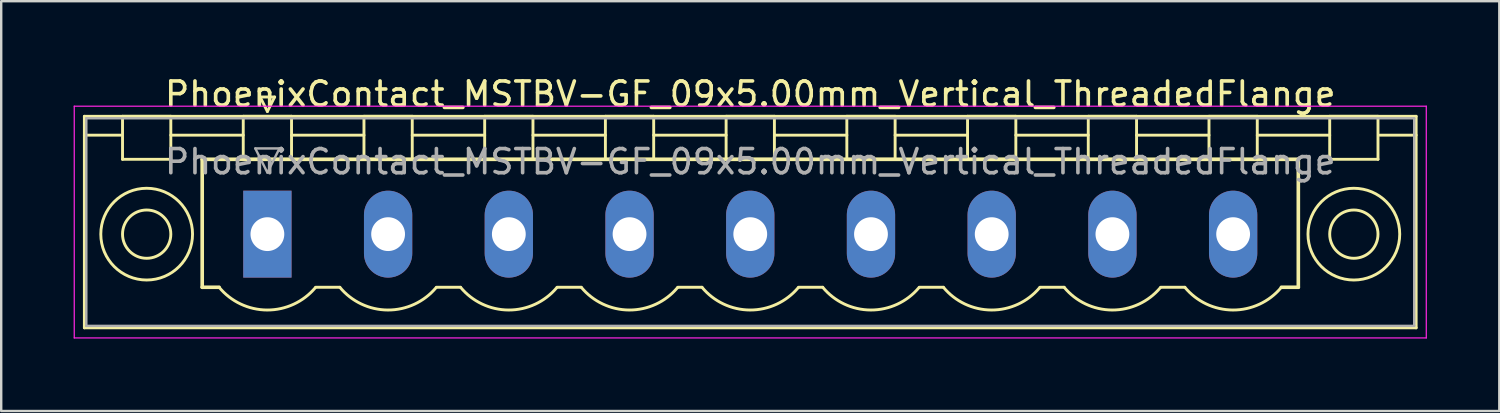
<source format=kicad_pcb>
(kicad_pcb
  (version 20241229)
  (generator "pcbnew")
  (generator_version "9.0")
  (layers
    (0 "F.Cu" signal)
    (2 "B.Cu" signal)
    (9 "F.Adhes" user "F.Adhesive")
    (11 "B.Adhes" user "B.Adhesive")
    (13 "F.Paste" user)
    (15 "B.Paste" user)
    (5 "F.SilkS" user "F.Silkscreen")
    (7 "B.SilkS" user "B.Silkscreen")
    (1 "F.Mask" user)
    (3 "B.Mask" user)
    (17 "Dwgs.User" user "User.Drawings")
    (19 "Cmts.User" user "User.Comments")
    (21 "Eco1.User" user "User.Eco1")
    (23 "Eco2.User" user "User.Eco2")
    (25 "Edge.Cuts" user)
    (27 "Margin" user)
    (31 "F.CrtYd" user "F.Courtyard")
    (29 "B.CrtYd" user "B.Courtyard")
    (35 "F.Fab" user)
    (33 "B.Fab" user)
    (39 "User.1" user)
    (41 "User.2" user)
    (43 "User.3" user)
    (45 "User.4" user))
  (footprint "PhoenixContact_MSTBV-GF_09x5.00mm_Vertical_ThreadedFlange"
    (layer "F.Cu")
    (at 8.025 6.648)
    (property "Reference" "PhoenixContact_MSTBV-GF_09x5.00mm_Vertical_ThreadedFlange" (at 20 -5.8 0) (layer "F.SilkS") (effects (font (size 1 1) (thickness 0.15))))
    (attr through_hole)
    (fp_line (start -7.58 -4.88) (end -7.58 3.88) (stroke (width 0.12) (type solid)) (layer "F.SilkS"))
    (fp_line (start -7.58 -4.1) (end -6.08 -4.1) (stroke (width 0.12) (type solid)) (layer "F.SilkS"))
    (fp_line (start -7.58 3.88) (end 47.58 3.88) (stroke (width 0.12) (type solid)) (layer "F.SilkS"))
    (fp_line (start -6 -4.88) (end -4 -4.88) (stroke (width 0.12) (type solid)) (layer "F.SilkS"))
    (fp_line (start -6 -3.1) (end -6 -4.88) (stroke (width 0.12) (type solid)) (layer "F.SilkS"))
    (fp_line (start -4 -4.88) (end -4 -3.1) (stroke (width 0.12) (type solid)) (layer "F.SilkS"))
    (fp_line (start -4 -4.1) (end -1 -4.1) (stroke (width 0.12) (type solid)) (layer "F.SilkS"))
    (fp_line (start -4 -3.1) (end -6 -3.1) (stroke (width 0.12) (type solid)) (layer "F.SilkS"))
    (fp_line (start -2.7 -3.1) (end 42.7 -3.1) (stroke (width 0.15) (type solid)) (layer "F.SilkS"))
    (fp_line (start -2.7 2.2) (end -2.7 -3.1) (stroke (width 0.15) (type solid)) (layer "F.SilkS"))
    (fp_line (start -2 2.2) (end -2.7 2.2) (stroke (width 0.15) (type solid)) (layer "F.SilkS"))
    (fp_line (start -1 -4.88) (end 1 -4.88) (stroke (width 0.12) (type solid)) (layer "F.SilkS"))
    (fp_line (start -1 -3.1) (end -1 -4.88) (stroke (width 0.12) (type solid)) (layer "F.SilkS"))
    (fp_line (start -0.3 -5.68) (end 0.3 -5.68) (stroke (width 0.12) (type solid)) (layer "F.SilkS"))
    (fp_line (start 0 -5.08) (end -0.3 -5.68) (stroke (width 0.12) (type solid)) (layer "F.SilkS"))
    (fp_line (start 0.3 -5.68) (end 0 -5.08) (stroke (width 0.12) (type solid)) (layer "F.SilkS"))
    (fp_line (start 1 -4.88) (end 1 -3.1) (stroke (width 0.12) (type solid)) (layer "F.SilkS"))
    (fp_line (start 1 -4.1) (end 4 -4.1) (stroke (width 0.12) (type solid)) (layer "F.SilkS"))
    (fp_line (start 1 -3.1) (end -1 -3.1) (stroke (width 0.12) (type solid)) (layer "F.SilkS"))
    (fp_line (start 2 2.2) (end 3 2.2) (stroke (width 0.12) (type solid)) (layer "F.SilkS"))
    (fp_line (start 4 -4.88) (end 6 -4.88) (stroke (width 0.12) (type solid)) (layer "F.SilkS"))
    (fp_line (start 4 -3.1) (end 4 -4.88) (stroke (width 0.12) (type solid)) (layer "F.SilkS"))
    (fp_line (start 6 -4.88) (end 6 -3.1) (stroke (width 0.12) (type solid)) (layer "F.SilkS"))
    (fp_line (start 6 -4.1) (end 9 -4.1) (stroke (width 0.12) (type solid)) (layer "F.SilkS"))
    (fp_line (start 6 -3.1) (end 4 -3.1) (stroke (width 0.12) (type solid)) (layer "F.SilkS"))
    (fp_line (start 7 2.2) (end 8 2.2) (stroke (width 0.12) (type solid)) (layer "F.SilkS"))
    (fp_line (start 9 -4.88) (end 11 -4.88) (stroke (width 0.12) (type solid)) (layer "F.SilkS"))
    (fp_line (start 9 -3.1) (end 9 -4.88) (stroke (width 0.12) (type solid)) (layer "F.SilkS"))
    (fp_line (start 11 -4.88) (end 11 -3.1) (stroke (width 0.12) (type solid)) (layer "F.SilkS"))
    (fp_line (start 11 -4.1) (end 14 -4.1) (stroke (width 0.12) (type solid)) (layer "F.SilkS"))
    (fp_line (start 11 -3.1) (end 9 -3.1) (stroke (width 0.12) (type solid)) (layer "F.SilkS"))
    (fp_line (start 12 2.2) (end 13 2.2) (stroke (width 0.12) (type solid)) (layer "F.SilkS"))
    (fp_line (start 14 -4.88) (end 16 -4.88) (stroke (width 0.12) (type solid)) (layer "F.SilkS"))
    (fp_line (start 14 -3.1) (end 14 -4.88) (stroke (width 0.12) (type solid)) (layer "F.SilkS"))
    (fp_line (start 16 -4.88) (end 16 -3.1) (stroke (width 0.12) (type solid)) (layer "F.SilkS"))
    (fp_line (start 16 -4.1) (end 19 -4.1) (stroke (width 0.12) (type solid)) (layer "F.SilkS"))
    (fp_line (start 16 -3.1) (end 14 -3.1) (stroke (width 0.12) (type solid)) (layer "F.SilkS"))
    (fp_line (start 17 2.2) (end 18 2.2) (stroke (width 0.12) (type solid)) (layer "F.SilkS"))
    (fp_line (start 19 -4.88) (end 21 -4.88) (stroke (width 0.12) (type solid)) (layer "F.SilkS"))
    (fp_line (start 19 -3.1) (end 19 -4.88) (stroke (width 0.12) (type solid)) (layer "F.SilkS"))
    (fp_line (start 21 -4.88) (end 21 -3.1) (stroke (width 0.12) (type solid)) (layer "F.SilkS"))
    (fp_line (start 21 -4.1) (end 24 -4.1) (stroke (width 0.12) (type solid)) (layer "F.SilkS"))
    (fp_line (start 21 -3.1) (end 19 -3.1) (stroke (width 0.12) (type solid)) (layer "F.SilkS"))
    (fp_line (start 22 2.2) (end 23 2.2) (stroke (width 0.12) (type solid)) (layer "F.SilkS"))
    (fp_line (start 24 -4.88) (end 26 -4.88) (stroke (width 0.12) (type solid)) (layer "F.SilkS"))
    (fp_line (start 24 -3.1) (end 24 -4.88) (stroke (width 0.12) (type solid)) (layer "F.SilkS"))
    (fp_line (start 26 -4.88) (end 26 -3.1) (stroke (width 0.12) (type solid)) (layer "F.SilkS"))
    (fp_line (start 26 -4.1) (end 29 -4.1) (stroke (width 0.12) (type solid)) (layer "F.SilkS"))
    (fp_line (start 26 -3.1) (end 24 -3.1) (stroke (width 0.12) (type solid)) (layer "F.SilkS"))
    (fp_line (start 27 2.2) (end 28 2.2) (stroke (width 0.12) (type solid)) (layer "F.SilkS"))
    (fp_line (start 29 -4.88) (end 31 -4.88) (stroke (width 0.12) (type solid)) (layer "F.SilkS"))
    (fp_line (start 29 -3.1) (end 29 -4.88) (stroke (width 0.12) (type solid)) (layer "F.SilkS"))
    (fp_line (start 31 -4.88) (end 31 -3.1) (stroke (width 0.12) (type solid)) (layer "F.SilkS"))
    (fp_line (start 31 -4.1) (end 34 -4.1) (stroke (width 0.12) (type solid)) (layer "F.SilkS"))
    (fp_line (start 31 -3.1) (end 29 -3.1) (stroke (width 0.12) (type solid)) (layer "F.SilkS"))
    (fp_line (start 32 2.2) (end 33 2.2) (stroke (width 0.12) (type solid)) (layer "F.SilkS"))
    (fp_line (start 34 -4.88) (end 36 -4.88) (stroke (width 0.12) (type solid)) (layer "F.SilkS"))
    (fp_line (start 34 -3.1) (end 34 -4.88) (stroke (width 0.12) (type solid)) (layer "F.SilkS"))
    (fp_line (start 36 -4.88) (end 36 -3.1) (stroke (width 0.12) (type solid)) (layer "F.SilkS"))
    (fp_line (start 36 -4.1) (end 39 -4.1) (stroke (width 0.12) (type solid)) (layer "F.SilkS"))
    (fp_line (start 36 -3.1) (end 34 -3.1) (stroke (width 0.12) (type solid)) (layer "F.SilkS"))
    (fp_line (start 37 2.2) (end 38 2.2) (stroke (width 0.12) (type solid)) (layer "F.SilkS"))
    (fp_line (start 39 -4.88) (end 41 -4.88) (stroke (width 0.12) (type solid)) (layer "F.SilkS"))
    (fp_line (start 39 -3.1) (end 39 -4.88) (stroke (width 0.12) (type solid)) (layer "F.SilkS"))
    (fp_line (start 41 -4.88) (end 41 -3.1) (stroke (width 0.12) (type solid)) (layer "F.SilkS"))
    (fp_line (start 41 -4.1) (end 44 -4.1) (stroke (width 0.12) (type solid)) (layer "F.SilkS"))
    (fp_line (start 41 -3.1) (end 39 -3.1) (stroke (width 0.12) (type solid)) (layer "F.SilkS"))
    (fp_line (start 42.7 -3.1) (end 42.7 2.2) (stroke (width 0.15) (type solid)) (layer "F.SilkS"))
    (fp_line (start 42.7 2.2) (end 42 2.2) (stroke (width 0.15) (type solid)) (layer "F.SilkS"))
    (fp_line (start 44 -4.88) (end 46 -4.88) (stroke (width 0.12) (type solid)) (layer "F.SilkS"))
    (fp_line (start 44 -3.1) (end 44 -4.88) (stroke (width 0.12) (type solid)) (layer "F.SilkS"))
    (fp_line (start 46 -4.88) (end 46 -3.1) (stroke (width 0.12) (type solid)) (layer "F.SilkS"))
    (fp_line (start 46 -3.1) (end 44 -3.1) (stroke (width 0.12) (type solid)) (layer "F.SilkS"))
    (fp_line (start 47.58 -4.88) (end -7.58 -4.88) (stroke (width 0.12) (type solid)) (layer "F.SilkS"))
    (fp_line (start 47.58 -4.1) (end 46.08 -4.1) (stroke (width 0.12) (type solid)) (layer "F.SilkS"))
    (fp_line (start 47.58 3.88) (end 47.58 -4.88) (stroke (width 0.12) (type solid)) (layer "F.SilkS"))
    (fp_arc (start 1.986842 2.215821) (mid -0.010289 3.142758) (end -2 2.2) (stroke (width 0.12) (type solid)) (layer "F.SilkS"))
    (fp_arc (start 6.986842 2.215821) (mid 4.989711 3.142758) (end 3 2.2) (stroke (width 0.12) (type solid)) (layer "F.SilkS"))
    (fp_arc (start 11.986842 2.215821) (mid 9.989711 3.142758) (end 8 2.2) (stroke (width 0.12) (type solid)) (layer "F.SilkS"))
    (fp_arc (start 16.986842 2.215821) (mid 14.989711 3.142758) (end 13 2.2) (stroke (width 0.12) (type solid)) (layer "F.SilkS"))
    (fp_arc (start 21.986842 2.215821) (mid 19.989711 3.142758) (end 18 2.2) (stroke (width 0.12) (type solid)) (layer "F.SilkS"))
    (fp_arc (start 26.986842 2.215821) (mid 24.989711 3.142758) (end 23 2.2) (stroke (width 0.12) (type solid)) (layer "F.SilkS"))
    (fp_arc (start 31.986842 2.215821) (mid 29.989711 3.142758) (end 28 2.2) (stroke (width 0.12) (type solid)) (layer "F.SilkS"))
    (fp_arc (start 36.986842 2.215821) (mid 34.989711 3.142758) (end 33 2.2) (stroke (width 0.12) (type solid)) (layer "F.SilkS"))
    (fp_arc (start 41.986842 2.215821) (mid 39.989711 3.142758) (end 38 2.2) (stroke (width 0.12) (type solid)) (layer "F.SilkS"))
    (fp_circle (center -5 0) (end -4 0) (stroke (width 0.12) (type solid)) (fill no) (layer "F.SilkS"))
    (fp_circle (center -5 0) (end -3.1 0) (stroke (width 0.12) (type solid)) (fill no) (layer "F.SilkS"))
    (fp_circle (center 45 0) (end 46 0) (stroke (width 0.12) (type solid)) (fill no) (layer "F.SilkS"))
    (fp_circle (center 45 0) (end 46.9 0) (stroke (width 0.12) (type solid)) (fill no) (layer "F.SilkS"))
    (fp_line (start -8 -5.3) (end -8 4.3) (stroke (width 0.05) (type solid)) (layer "F.CrtYd"))
    (fp_line (start -8 4.3) (end 48 4.3) (stroke (width 0.05) (type solid)) (layer "F.CrtYd"))
    (fp_line (start 48 -5.3) (end -8 -5.3) (stroke (width 0.05) (type solid)) (layer "F.CrtYd"))
    (fp_line (start 48 4.3) (end 48 -5.3) (stroke (width 0.05) (type solid)) (layer "F.CrtYd"))
    (fp_line (start -7.5 -4.8) (end -7.5 3.8) (stroke (width 0.1) (type solid)) (layer "F.Fab"))
    (fp_line (start -7.5 3.8) (end 47.5 3.8) (stroke (width 0.1) (type solid)) (layer "F.Fab"))
    (fp_line (start -0.5 -3.55) (end 0.5 -3.55) (stroke (width 0.1) (type solid)) (layer "F.Fab"))
    (fp_line (start 0 -2.55) (end -0.5 -3.55) (stroke (width 0.1) (type solid)) (layer "F.Fab"))
    (fp_line (start 0.5 -3.55) (end 0 -2.55) (stroke (width 0.1) (type solid)) (layer "F.Fab"))
    (fp_line (start 47.5 -4.8) (end -7.5 -4.8) (stroke (width 0.1) (type solid)) (layer "F.Fab"))
    (fp_line (start 47.5 3.8) (end 47.5 -4.8) (stroke (width 0.1) (type solid)) (layer "F.Fab"))
    (fp_text user "${REFERENCE}" (at 20 -3 0) (layer "F.Fab") (effects (font (size 1 1) (thickness 0.15))))
    (pad "1" thru_hole rect (at 0 0) (size 2 3.6) (drill 1.4) (layers "*.Cu" "*.Mask"))
    (pad "2" thru_hole oval (at 5 0) (size 2 3.6) (drill 1.4) (layers "*.Cu" "*.Mask"))
    (pad "3" thru_hole oval (at 10 0) (size 2 3.6) (drill 1.4) (layers "*.Cu" "*.Mask"))
    (pad "4" thru_hole oval (at 15 0) (size 2 3.6) (drill 1.4) (layers "*.Cu" "*.Mask"))
    (pad "5" thru_hole oval (at 20 0) (size 2 3.6) (drill 1.4) (layers "*.Cu" "*.Mask"))
    (pad "6" thru_hole oval (at 25 0) (size 2 3.6) (drill 1.4) (layers "*.Cu" "*.Mask"))
    (pad "7" thru_hole oval (at 30 0) (size 2 3.6) (drill 1.4) (layers "*.Cu" "*.Mask"))
    (pad "8" thru_hole oval (at 35 0) (size 2 3.6) (drill 1.4) (layers "*.Cu" "*.Mask"))
    (pad "9" thru_hole oval (at 40 0) (size 2 3.6) (drill 1.4) (layers "*.Cu" "*.Mask")))
  (gr_rect
    (start -3 -3)
    (end 59.05 13.973)
    (stroke (width 0.1) (type default))
    (fill no)
    (layer "Edge.Cuts")))
</source>
